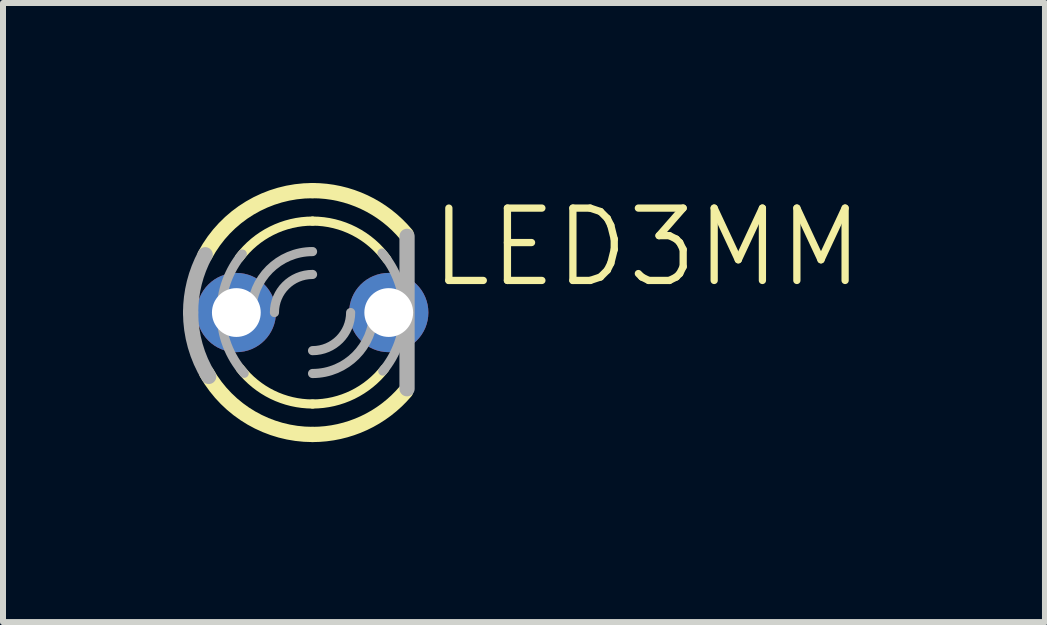
<source format=kicad_pcb>
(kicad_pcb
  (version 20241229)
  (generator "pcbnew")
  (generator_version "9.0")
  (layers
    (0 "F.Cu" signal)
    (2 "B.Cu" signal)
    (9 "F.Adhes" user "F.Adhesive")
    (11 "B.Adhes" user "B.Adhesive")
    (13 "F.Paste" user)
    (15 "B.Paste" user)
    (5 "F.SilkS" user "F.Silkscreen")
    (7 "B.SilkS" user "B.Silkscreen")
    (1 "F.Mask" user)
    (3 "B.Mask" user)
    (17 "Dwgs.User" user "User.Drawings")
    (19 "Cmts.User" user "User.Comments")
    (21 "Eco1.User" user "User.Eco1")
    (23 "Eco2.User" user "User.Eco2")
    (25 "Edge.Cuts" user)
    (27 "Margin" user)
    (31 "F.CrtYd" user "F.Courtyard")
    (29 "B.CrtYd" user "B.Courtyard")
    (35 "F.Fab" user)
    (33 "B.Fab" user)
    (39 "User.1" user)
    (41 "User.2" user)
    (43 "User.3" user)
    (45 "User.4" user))
  (footprint "LED3MM"
    (layer "F.Cu")
    (at 2.159 2.159)
    (property "Reference" "LED3MM" (at 1.905 -0.381 0) (layer "F.SilkS") (effects (font (size 1.206 1.206) (thickness 0.121)) (justify left bottom)))
    (attr through_hole)
    (fp_arc (start -1.7929 -0.9562) (mid -1.045438 -1.7424) (end 0 -2.032) (stroke (width 0.254) (type solid)) (layer "F.SilkS"))
    (fp_arc (start -1.2192 -0.9144) (mid -0.681554 -1.363107) (end 0 -1.524) (stroke (width 0.1524) (type solid)) (layer "F.SilkS"))
    (fp_arc (start 0 -2.032) (mid 0.861864 -1.840173) (end 1.561 -1.3009) (stroke (width 0.254) (type solid)) (layer "F.SilkS"))
    (fp_arc (start 0 -1.524) (mid 0.697339 -1.355082) (end 1.2401 -0.885801) (stroke (width 0.1524) (type solid)) (layer "F.SilkS"))
    (fp_arc (start 0 1.524) (mid -0.669593 1.369018) (end -1.203 0.9356) (stroke (width 0.1524) (type solid)) (layer "F.SilkS"))
    (fp_arc (start 0 2.032) (mid -1.019924 1.757525) (end -1.7643 1.0082) (stroke (width 0.254) (type solid)) (layer "F.SilkS"))
    (fp_arc (start 1.203 0.9356) (mid 0.669593 1.369018) (end 0 1.524) (stroke (width 0.1524) (type solid)) (layer "F.SilkS"))
    (fp_arc (start 1.5512 1.3126) (mid 0.854953 1.843405) (end 0 2.032) (stroke (width 0.254) (type solid)) (layer "F.SilkS"))
    (fp_line (start 1.575 1.27) (end 1.575 -1.27) (stroke (width 0.254) (type solid)) (layer "F.Fab"))
    (fp_arc (start -2.032 0) (mid -1.970339 -0.496775) (end -1.7891 -0.9634) (stroke (width 0.254) (type solid)) (layer "F.Fab"))
    (fp_arc (start -1.7306 1.065) (mid -1.95521 0.553417) (end -2.032 0) (stroke (width 0.254) (type solid)) (layer "F.Fab"))
    (fp_arc (start -1.524 0) (mid -1.432981 -0.518783) (end -1.1708 -0.9756) (stroke (width 0.1524) (type solid)) (layer "F.Fab"))
    (fp_arc (start -1.1391 1.0125) (mid -1.42454 0.5416) (end -1.524 0) (stroke (width 0.1524) (type solid)) (layer "F.Fab"))
    (fp_arc (start -1.016 0) (mid -0.71842 -0.71842) (end 0 -1.016) (stroke (width 0.1524) (type solid)) (layer "F.Fab"))
    (fp_arc (start -0.635 0) (mid -0.449013 -0.449013) (end 0 -0.635) (stroke (width 0.1524) (type solid)) (layer "F.Fab"))
    (fp_arc (start 0.635 0) (mid 0.449013 0.449013) (end 0 0.635) (stroke (width 0.1524) (type solid)) (layer "F.Fab"))
    (fp_arc (start 1.016 0) (mid 0.71842 0.71842) (end 0 1.016) (stroke (width 0.1524) (type solid)) (layer "F.Fab"))
    (fp_arc (start 1.1571 -0.9918) (mid 1.429332 -0.528744) (end 1.524 0) (stroke (width 0.1524) (type solid)) (layer "F.Fab"))
    (fp_arc (start 1.524 0) (mid 1.432981 0.518783) (end 1.1708 0.9756) (stroke (width 0.1524) (type solid)) (layer "F.Fab"))
    (pad "A" thru_hole circle (at -1.27 0) (size 1.321 1.321) (drill 0.813) (layers "*.Cu" "*.Mask"))
    (pad "K" thru_hole circle (at 1.27 0) (size 1.321 1.321) (drill 0.813) (layers "*.Cu" "*.Mask")))
  (gr_rect
    (start -3 -3)
    (end 14.366 7.318)
    (stroke (width 0.1) (type default))
    (fill no)
    (layer "Edge.Cuts")))
</source>
